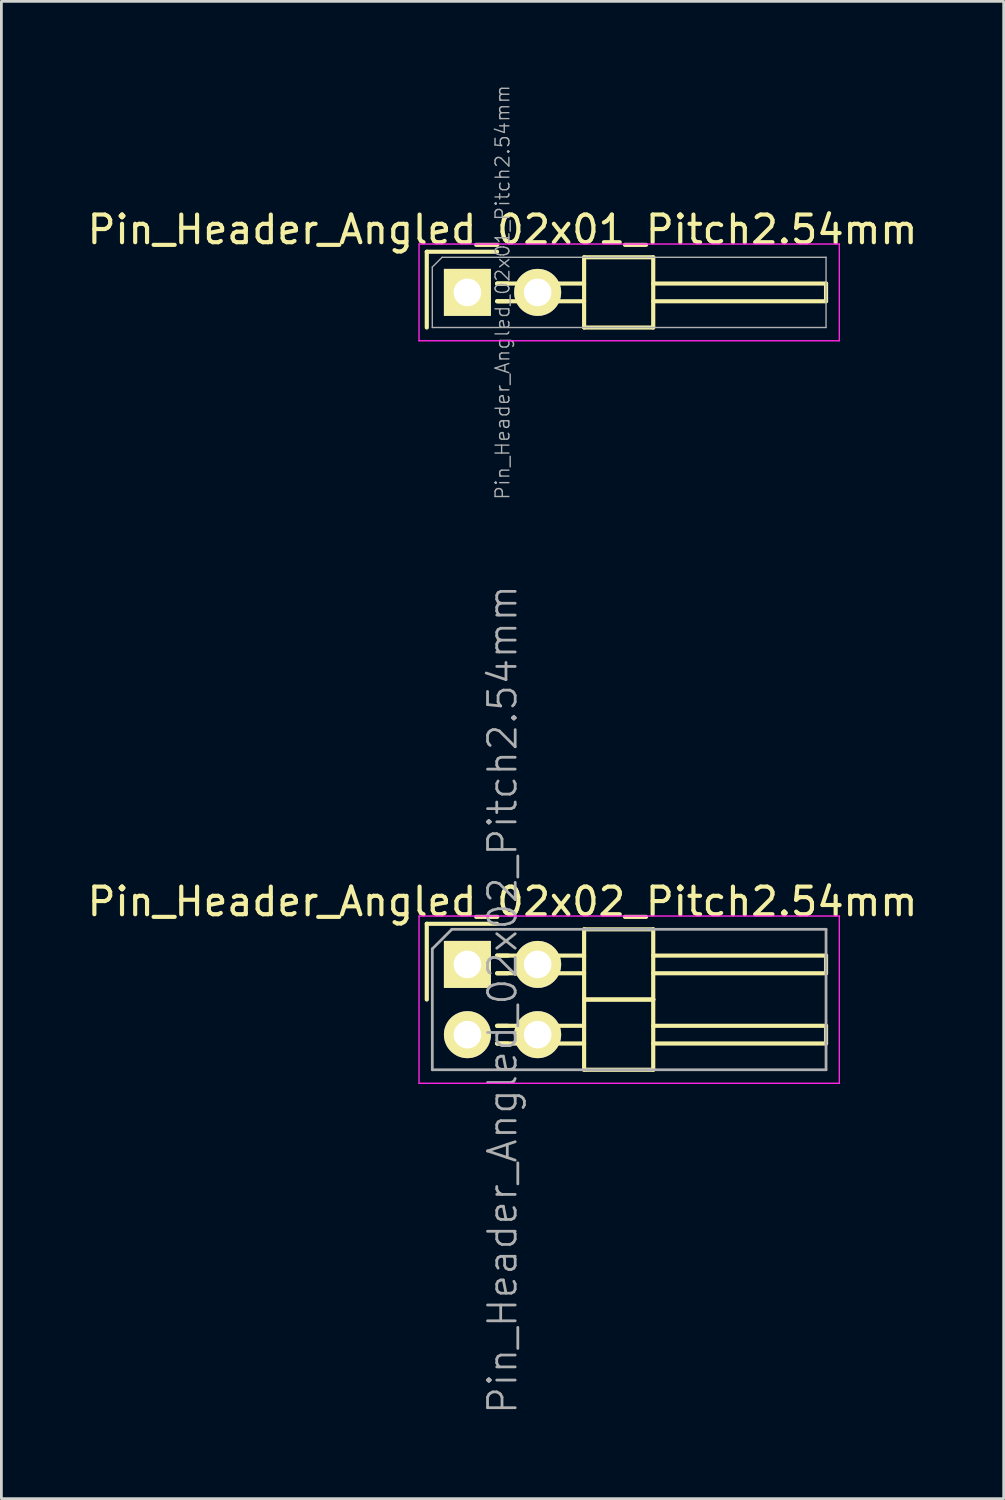
<source format=kicad_pcb>
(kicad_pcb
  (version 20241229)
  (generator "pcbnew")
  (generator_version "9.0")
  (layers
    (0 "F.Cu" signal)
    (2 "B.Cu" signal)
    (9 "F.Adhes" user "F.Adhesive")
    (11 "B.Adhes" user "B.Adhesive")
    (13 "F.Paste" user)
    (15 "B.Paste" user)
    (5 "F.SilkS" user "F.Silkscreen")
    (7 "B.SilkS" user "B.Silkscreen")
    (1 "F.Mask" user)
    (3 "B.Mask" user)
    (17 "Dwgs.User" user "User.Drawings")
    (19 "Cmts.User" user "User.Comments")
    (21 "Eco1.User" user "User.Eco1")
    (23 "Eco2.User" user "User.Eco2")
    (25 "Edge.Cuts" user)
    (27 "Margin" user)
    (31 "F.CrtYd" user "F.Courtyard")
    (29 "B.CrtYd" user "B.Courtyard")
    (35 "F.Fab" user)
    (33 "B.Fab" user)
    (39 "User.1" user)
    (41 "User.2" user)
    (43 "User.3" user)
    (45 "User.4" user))
  (footprint "Pin_Header_Angled_02x01_Pitch2.54mm"
    (layer "F.Cu")
    (at 13.855 7.525)
    (property "Reference" "Pin_Header_Angled_02x01_Pitch2.54mm" (at 1.27 -2.27 0) (layer "F.SilkS") (effects (font (size 1 1) (thickness 0.15))))
    (attr smd)
    (fp_line (start -1.47 -1.47) (end -1.47 1.27) (stroke (width 0.15) (type solid)) (layer "F.SilkS"))
    (fp_line (start -1.47 -1.47) (end 1.07 -1.47) (stroke (width 0.15) (type solid)) (layer "F.SilkS"))
    (fp_line (start 1.465 -0.32) (end 1.075 -0.32) (stroke (width 0.15) (type solid)) (layer "F.SilkS"))
    (fp_line (start 1.465 0.32) (end 1.075 0.32) (stroke (width 0.15) (type solid)) (layer "F.SilkS"))
    (fp_line (start 4.22 -0.32) (end 1.075 -0.32) (stroke (width 0.15) (type solid)) (layer "F.SilkS"))
    (fp_line (start 4.22 0.32) (end 1.075 0.32) (stroke (width 0.15) (type solid)) (layer "F.SilkS"))
    (fp_line (start 4.22 1.27) (end 4.22 -1.27) (stroke (width 0.15) (type solid)) (layer "F.SilkS"))
    (fp_line (start 6.72 -1.27) (end 4.22 -1.27) (stroke (width 0.15) (type solid)) (layer "F.SilkS"))
    (fp_line (start 6.72 -0.32) (end 12.97 -0.32) (stroke (width 0.15) (type solid)) (layer "F.SilkS"))
    (fp_line (start 6.72 0.32) (end 12.97 0.32) (stroke (width 0.15) (type solid)) (layer "F.SilkS"))
    (fp_line (start 6.72 1.27) (end 4.22 1.27) (stroke (width 0.15) (type solid)) (layer "F.SilkS"))
    (fp_line (start 6.72 1.27) (end 6.72 -1.27) (stroke (width 0.15) (type solid)) (layer "F.SilkS"))
    (fp_line (start 12.97 0.32) (end 12.97 -0.32) (stroke (width 0.15) (type solid)) (layer "F.SilkS"))
    (fp_line (start -1.75 -1.75) (end -1.75 1.75) (stroke (width 0.05) (type solid)) (layer "F.CrtYd"))
    (fp_line (start 13.45 -1.75) (end -1.75 -1.75) (stroke (width 0.05) (type solid)) (layer "F.CrtYd"))
    (fp_line (start 13.45 -1.75) (end 13.45 1.75) (stroke (width 0.05) (type solid)) (layer "F.CrtYd"))
    (fp_line (start 13.45 1.75) (end -1.75 1.75) (stroke (width 0.05) (type solid)) (layer "F.CrtYd"))
    (fp_line (start -1.27 -0.916) (end -0.916 -1.27) (stroke (width 0.05) (type solid)) (layer "F.Fab"))
    (fp_line (start -1.27 1.27) (end -1.27 -0.916) (stroke (width 0.05) (type solid)) (layer "F.Fab"))
    (fp_line (start 12.97 -1.27) (end -0.916 -1.27) (stroke (width 0.05) (type solid)) (layer "F.Fab"))
    (fp_line (start 12.97 1.27) (end -1.27 1.27) (stroke (width 0.05) (type solid)) (layer "F.Fab"))
    (fp_line (start 12.97 1.27) (end 12.97 -1.27) (stroke (width 0.05) (type solid)) (layer "F.Fab"))
    (fp_text user "${REFERENCE}" (at 1.27 0 90) (layer "F.Fab") (effects (font (size 0.5 0.5) (thickness 0.05))))
    (pad "1" thru_hole rect (at 0 0) (size 1.7 1.7) (drill 1) (layers "*.Cu" "*.Mask" "F.SilkS"))
    (pad "2" thru_hole oval (at 2.54 0) (size 1.7 1.7) (drill 1) (layers "*.Cu" "*.Mask" "F.SilkS")))
  (footprint "Pin_Header_Angled_02x02_Pitch2.54mm"
    (layer "F.Cu")
    (at 13.855 31.83)
    (property "Reference" "Pin_Header_Angled_02x02_Pitch2.54mm" (at 1.27 -2.27 0) (layer "F.SilkS") (effects (font (size 1 1) (thickness 0.15))))
    (attr smd)
    (fp_line (start -1.47 -1.47) (end -1.47 1.27) (stroke (width 0.15) (type solid)) (layer "F.SilkS"))
    (fp_line (start -1.47 -1.47) (end 1.07 -1.47) (stroke (width 0.15) (type solid)) (layer "F.SilkS"))
    (fp_line (start 1.465 -0.32) (end 1.075 -0.32) (stroke (width 0.15) (type solid)) (layer "F.SilkS"))
    (fp_line (start 1.465 0.32) (end 1.075 0.32) (stroke (width 0.15) (type solid)) (layer "F.SilkS"))
    (fp_line (start 1.465 2.22) (end 1.075 2.22) (stroke (width 0.15) (type solid)) (layer "F.SilkS"))
    (fp_line (start 1.465 2.86) (end 1.075 2.86) (stroke (width 0.15) (type solid)) (layer "F.SilkS"))
    (fp_line (start 4.22 -0.32) (end 1.075 -0.32) (stroke (width 0.15) (type solid)) (layer "F.SilkS"))
    (fp_line (start 4.22 0.32) (end 1.075 0.32) (stroke (width 0.15) (type solid)) (layer "F.SilkS"))
    (fp_line (start 4.22 1.27) (end 4.22 -1.27) (stroke (width 0.15) (type solid)) (layer "F.SilkS"))
    (fp_line (start 4.22 2.22) (end 1.075 2.22) (stroke (width 0.15) (type solid)) (layer "F.SilkS"))
    (fp_line (start 4.22 2.86) (end 1.075 2.86) (stroke (width 0.15) (type solid)) (layer "F.SilkS"))
    (fp_line (start 4.22 3.81) (end 4.22 1.27) (stroke (width 0.15) (type solid)) (layer "F.SilkS"))
    (fp_line (start 6.72 -1.27) (end 4.22 -1.27) (stroke (width 0.15) (type solid)) (layer "F.SilkS"))
    (fp_line (start 6.72 -0.32) (end 12.97 -0.32) (stroke (width 0.15) (type solid)) (layer "F.SilkS"))
    (fp_line (start 6.72 0.32) (end 12.97 0.32) (stroke (width 0.15) (type solid)) (layer "F.SilkS"))
    (fp_line (start 6.72 1.27) (end 4.22 1.27) (stroke (width 0.15) (type solid)) (layer "F.SilkS"))
    (fp_line (start 6.72 1.27) (end 4.22 1.27) (stroke (width 0.15) (type solid)) (layer "F.SilkS"))
    (fp_line (start 6.72 1.27) (end 6.72 -1.27) (stroke (width 0.15) (type solid)) (layer "F.SilkS"))
    (fp_line (start 6.72 2.22) (end 12.97 2.22) (stroke (width 0.15) (type solid)) (layer "F.SilkS"))
    (fp_line (start 6.72 2.86) (end 12.97 2.86) (stroke (width 0.15) (type solid)) (layer "F.SilkS"))
    (fp_line (start 6.72 3.81) (end 4.22 3.81) (stroke (width 0.15) (type solid)) (layer "F.SilkS"))
    (fp_line (start 6.72 3.81) (end 6.72 1.27) (stroke (width 0.15) (type solid)) (layer "F.SilkS"))
    (fp_line (start 12.97 0.32) (end 12.97 -0.32) (stroke (width 0.15) (type solid)) (layer "F.SilkS"))
    (fp_line (start 12.97 2.86) (end 12.97 2.22) (stroke (width 0.15) (type solid)) (layer "F.SilkS"))
    (fp_line (start -1.75 -1.75) (end -1.75 4.3) (stroke (width 0.05) (type solid)) (layer "F.CrtYd"))
    (fp_line (start 13.45 -1.75) (end -1.75 -1.75) (stroke (width 0.05) (type solid)) (layer "F.CrtYd"))
    (fp_line (start 13.45 -1.75) (end 13.45 4.3) (stroke (width 0.05) (type solid)) (layer "F.CrtYd"))
    (fp_line (start 13.45 4.3) (end -1.75 4.3) (stroke (width 0.05) (type solid)) (layer "F.CrtYd"))
    (fp_line (start -1.27 -0.563) (end -0.563 -1.27) (stroke (width 0.1) (type solid)) (layer "F.Fab"))
    (fp_line (start -1.27 3.81) (end -1.27 -0.563) (stroke (width 0.1) (type solid)) (layer "F.Fab"))
    (fp_line (start 12.97 -1.27) (end -0.563 -1.27) (stroke (width 0.1) (type solid)) (layer "F.Fab"))
    (fp_line (start 12.97 3.81) (end -1.27 3.81) (stroke (width 0.1) (type solid)) (layer "F.Fab"))
    (fp_line (start 12.97 3.81) (end 12.97 -1.27) (stroke (width 0.1) (type solid)) (layer "F.Fab"))
    (fp_text user "${REFERENCE}" (at 1.27 1.27 90) (layer "F.Fab") (effects (font (size 1 1) (thickness 0.1))))
    (pad "1" thru_hole rect (at 0 0) (size 1.7 1.7) (drill 1) (layers "*.Cu" "*.Mask" "F.SilkS"))
    (pad "2" thru_hole oval (at 2.54 0) (size 1.7 1.7) (drill 1) (layers "*.Cu" "*.Mask" "F.SilkS"))
    (pad "3" thru_hole oval (at 0 2.54) (size 1.7 1.7) (drill 1) (layers "*.Cu" "*.Mask" "F.SilkS"))
    (pad "4" thru_hole oval (at 2.54 2.54) (size 1.7 1.7) (drill 1) (layers "*.Cu" "*.Mask" "F.SilkS")))
  (gr_rect
    (start -3 -3)
    (end 33.25 51.15)
    (stroke (width 0.1) (type default))
    (fill no)
    (layer "Edge.Cuts")))
</source>
